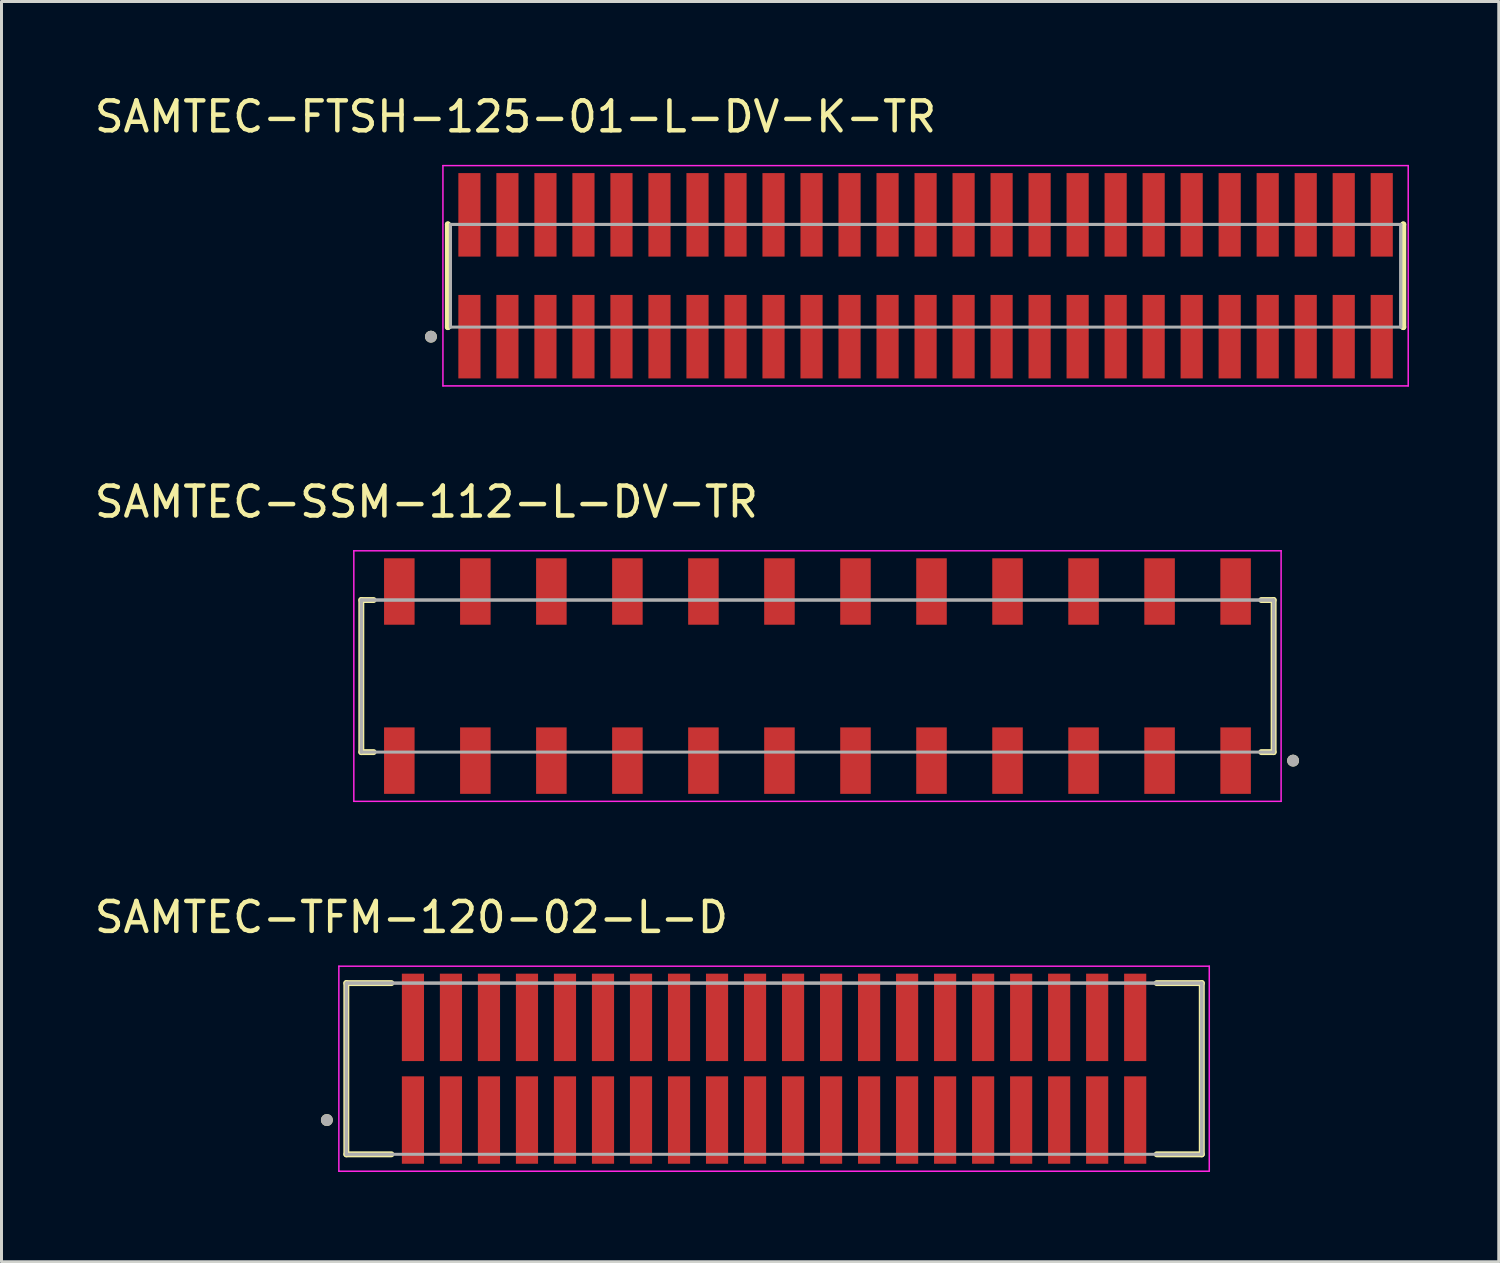
<source format=kicad_pcb>
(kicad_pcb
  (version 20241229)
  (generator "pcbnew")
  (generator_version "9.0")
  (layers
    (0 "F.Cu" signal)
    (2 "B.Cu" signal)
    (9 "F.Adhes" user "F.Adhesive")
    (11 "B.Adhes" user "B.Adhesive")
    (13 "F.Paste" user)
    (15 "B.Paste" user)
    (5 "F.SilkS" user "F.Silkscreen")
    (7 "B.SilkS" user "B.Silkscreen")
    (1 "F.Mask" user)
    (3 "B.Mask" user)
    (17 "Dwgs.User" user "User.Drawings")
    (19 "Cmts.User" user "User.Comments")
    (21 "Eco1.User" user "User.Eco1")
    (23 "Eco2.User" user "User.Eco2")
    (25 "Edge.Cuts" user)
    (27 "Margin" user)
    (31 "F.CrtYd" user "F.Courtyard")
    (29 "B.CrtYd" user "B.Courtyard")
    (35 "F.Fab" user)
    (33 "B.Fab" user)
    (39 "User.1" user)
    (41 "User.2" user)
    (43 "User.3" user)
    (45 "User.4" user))
  (footprint "SAMTEC-FTSH-125-01-L-DV-K-TR"
    (layer "F.Cu")
    (at 27.873 6.163)
    (property "Reference" "SAMTEC-FTSH-125-01-L-DV-K-TR" (at -13.7 -5.315 0) (layer "F.SilkS") (effects (font (size 1 1) (thickness 0.15))))
    (attr smd)
    (fp_line (start -15.96 -1.715) (end -15.96 -1.715) (stroke (width 0.2) (type solid)) (layer "F.SilkS"))
    (fp_line (start -15.96 1.715) (end -15.96 -1.715) (stroke (width 0.2) (type solid)) (layer "F.SilkS"))
    (fp_line (start -15.96 1.715) (end -15.96 1.715) (stroke (width 0.2) (type solid)) (layer "F.SilkS"))
    (fp_line (start 15.96 -1.715) (end 15.96 -1.715) (stroke (width 0.2) (type solid)) (layer "F.SilkS"))
    (fp_line (start 15.96 -1.715) (end 15.96 1.715) (stroke (width 0.2) (type solid)) (layer "F.SilkS"))
    (fp_line (start 15.96 1.715) (end 15.96 1.715) (stroke (width 0.2) (type solid)) (layer "F.SilkS"))
    (fp_circle (center -16.525 2.035) (end -16.425 2.035) (stroke (width 0.2) (type solid)) (fill no) (layer "F.SilkS"))
    (fp_line (start -16.125 -3.68) (end 16.125 -3.68) (stroke (width 0.05) (type solid)) (layer "F.CrtYd"))
    (fp_line (start -16.125 3.68) (end -16.125 -3.68) (stroke (width 0.05) (type solid)) (layer "F.CrtYd"))
    (fp_line (start 16.125 -3.68) (end 16.125 3.68) (stroke (width 0.05) (type solid)) (layer "F.CrtYd"))
    (fp_line (start 16.125 3.68) (end -16.125 3.68) (stroke (width 0.05) (type solid)) (layer "F.CrtYd"))
    (fp_line (start -15.875 -1.715) (end 15.875 -1.715) (stroke (width 0.1) (type solid)) (layer "F.Fab"))
    (fp_line (start -15.875 -1.715) (end 15.875 -1.715) (stroke (width 0.1) (type solid)) (layer "F.Fab"))
    (fp_line (start -15.875 1.715) (end -15.875 -1.715) (stroke (width 0.1) (type solid)) (layer "F.Fab"))
    (fp_line (start -15.875 1.715) (end -15.875 -1.715) (stroke (width 0.1) (type solid)) (layer "F.Fab"))
    (fp_line (start 15.875 -1.715) (end 15.875 1.715) (stroke (width 0.1) (type solid)) (layer "F.Fab"))
    (fp_line (start 15.875 -1.715) (end 15.875 1.715) (stroke (width 0.1) (type solid)) (layer "F.Fab"))
    (fp_line (start 15.875 1.715) (end -15.875 1.715) (stroke (width 0.1) (type solid)) (layer "F.Fab"))
    (fp_circle (center -16.525 2.035) (end -16.425 2.035) (stroke (width 0.2) (type solid)) (fill no) (layer "F.Fab"))
    (pad "1" smd rect (at -15.24 2.035) (size 0.74 2.79) (layers "F.Cu" "F.Paste"))
    (pad "2" smd rect (at -15.24 -2.035) (size 0.74 2.79) (layers "F.Cu" "F.Paste"))
    (pad "3" smd rect (at -13.97 2.035) (size 0.74 2.79) (layers "F.Cu" "F.Paste"))
    (pad "4" smd rect (at -13.97 -2.035) (size 0.74 2.79) (layers "F.Cu" "F.Paste"))
    (pad "5" smd rect (at -12.7 2.035) (size 0.74 2.79) (layers "F.Cu" "F.Paste"))
    (pad "6" smd rect (at -12.7 -2.035) (size 0.74 2.79) (layers "F.Cu" "F.Paste"))
    (pad "7" smd rect (at -11.43 2.035) (size 0.74 2.79) (layers "F.Cu" "F.Paste"))
    (pad "8" smd rect (at -11.43 -2.035) (size 0.74 2.79) (layers "F.Cu" "F.Paste"))
    (pad "9" smd rect (at -10.16 2.035) (size 0.74 2.79) (layers "F.Cu" "F.Paste"))
    (pad "10" smd rect (at -10.16 -2.035) (size 0.74 2.79) (layers "F.Cu" "F.Paste"))
    (pad "11" smd rect (at -8.89 2.035) (size 0.74 2.79) (layers "F.Cu" "F.Paste"))
    (pad "12" smd rect (at -8.89 -2.035) (size 0.74 2.79) (layers "F.Cu" "F.Paste"))
    (pad "13" smd rect (at -7.62 2.035) (size 0.74 2.79) (layers "F.Cu" "F.Paste"))
    (pad "14" smd rect (at -7.62 -2.035) (size 0.74 2.79) (layers "F.Cu" "F.Paste"))
    (pad "15" smd rect (at -6.35 2.035) (size 0.74 2.79) (layers "F.Cu" "F.Paste"))
    (pad "16" smd rect (at -6.35 -2.035) (size 0.74 2.79) (layers "F.Cu" "F.Paste"))
    (pad "17" smd rect (at -5.08 2.035) (size 0.74 2.79) (layers "F.Cu" "F.Paste"))
    (pad "18" smd rect (at -5.08 -2.035) (size 0.74 2.79) (layers "F.Cu" "F.Paste"))
    (pad "19" smd rect (at -3.81 2.035) (size 0.74 2.79) (layers "F.Cu" "F.Paste"))
    (pad "20" smd rect (at -3.81 -2.035) (size 0.74 2.79) (layers "F.Cu" "F.Paste"))
    (pad "21" smd rect (at -2.54 2.035) (size 0.74 2.79) (layers "F.Cu" "F.Paste"))
    (pad "22" smd rect (at -2.54 -2.035) (size 0.74 2.79) (layers "F.Cu" "F.Paste"))
    (pad "23" smd rect (at -1.27 2.035) (size 0.74 2.79) (layers "F.Cu" "F.Paste"))
    (pad "24" smd rect (at -1.27 -2.035) (size 0.74 2.79) (layers "F.Cu" "F.Paste"))
    (pad "25" smd rect (at 0 2.035) (size 0.74 2.79) (layers "F.Cu" "F.Paste"))
    (pad "26" smd rect (at 0 -2.035) (size 0.74 2.79) (layers "F.Cu" "F.Paste"))
    (pad "27" smd rect (at 1.27 2.035) (size 0.74 2.79) (layers "F.Cu" "F.Paste"))
    (pad "28" smd rect (at 1.27 -2.035) (size 0.74 2.79) (layers "F.Cu" "F.Paste"))
    (pad "29" smd rect (at 2.54 2.035) (size 0.74 2.79) (layers "F.Cu" "F.Paste"))
    (pad "30" smd rect (at 2.54 -2.035) (size 0.74 2.79) (layers "F.Cu" "F.Paste"))
    (pad "31" smd rect (at 3.81 2.035) (size 0.74 2.79) (layers "F.Cu" "F.Paste"))
    (pad "32" smd rect (at 3.81 -2.035) (size 0.74 2.79) (layers "F.Cu" "F.Paste"))
    (pad "33" smd rect (at 5.08 2.035) (size 0.74 2.79) (layers "F.Cu" "F.Paste"))
    (pad "34" smd rect (at 5.08 -2.035) (size 0.74 2.79) (layers "F.Cu" "F.Paste"))
    (pad "35" smd rect (at 6.35 2.035) (size 0.74 2.79) (layers "F.Cu" "F.Paste"))
    (pad "36" smd rect (at 6.35 -2.035) (size 0.74 2.79) (layers "F.Cu" "F.Paste"))
    (pad "37" smd rect (at 7.62 2.035) (size 0.74 2.79) (layers "F.Cu" "F.Paste"))
    (pad "38" smd rect (at 7.62 -2.035) (size 0.74 2.79) (layers "F.Cu" "F.Paste"))
    (pad "39" smd rect (at 8.89 2.035) (size 0.74 2.79) (layers "F.Cu" "F.Paste"))
    (pad "40" smd rect (at 8.89 -2.035) (size 0.74 2.79) (layers "F.Cu" "F.Paste"))
    (pad "41" smd rect (at 10.16 2.035) (size 0.74 2.79) (layers "F.Cu" "F.Paste"))
    (pad "42" smd rect (at 10.16 -2.035) (size 0.74 2.79) (layers "F.Cu" "F.Paste"))
    (pad "43" smd rect (at 11.43 2.035) (size 0.74 2.79) (layers "F.Cu" "F.Paste"))
    (pad "44" smd rect (at 11.43 -2.035) (size 0.74 2.79) (layers "F.Cu" "F.Paste"))
    (pad "45" smd rect (at 12.7 2.035) (size 0.74 2.79) (layers "F.Cu" "F.Paste"))
    (pad "46" smd rect (at 12.7 -2.035) (size 0.74 2.79) (layers "F.Cu" "F.Paste"))
    (pad "47" smd rect (at 13.97 2.035) (size 0.74 2.79) (layers "F.Cu" "F.Paste"))
    (pad "48" smd rect (at 13.97 -2.035) (size 0.74 2.79) (layers "F.Cu" "F.Paste"))
    (pad "49" smd rect (at 15.24 2.035) (size 0.74 2.79) (layers "F.Cu" "F.Paste"))
    (pad "50" smd rect (at 15.24 -2.035) (size 0.74 2.79) (layers "F.Cu" "F.Paste")))
  (footprint "SAMTEC-SSM-112-L-DV-TR"
    (layer "F.Cu")
    (at 24.261 19.537)
    (property "Reference" "SAMTEC-SSM-112-L-DV-TR" (at -13.065 -5.82 0) (layer "F.SilkS") (effects (font (size 1 1) (thickness 0.15))))
    (attr smd)
    (fp_line (start -15.24 -2.54) (end -14.83 -2.54) (stroke (width 0.2) (type solid)) (layer "F.SilkS"))
    (fp_line (start -15.24 2.54) (end -15.24 -2.54) (stroke (width 0.2) (type solid)) (layer "F.SilkS"))
    (fp_line (start -14.83 2.54) (end -15.24 2.54) (stroke (width 0.2) (type solid)) (layer "F.SilkS"))
    (fp_line (start 14.83 -2.54) (end 15.24 -2.54) (stroke (width 0.2) (type solid)) (layer "F.SilkS"))
    (fp_line (start 14.83 2.54) (end 15.24 2.54) (stroke (width 0.2) (type solid)) (layer "F.SilkS"))
    (fp_line (start 15.24 -2.54) (end 15.24 2.54) (stroke (width 0.2) (type solid)) (layer "F.SilkS"))
    (fp_circle (center 15.89 2.825) (end 15.99 2.825) (stroke (width 0.2) (type solid)) (fill no) (layer "F.SilkS"))
    (fp_line (start -15.49 -4.185) (end 15.49 -4.185) (stroke (width 0.05) (type solid)) (layer "F.CrtYd"))
    (fp_line (start -15.49 4.185) (end -15.49 -4.185) (stroke (width 0.05) (type solid)) (layer "F.CrtYd"))
    (fp_line (start 15.49 -4.185) (end 15.49 4.185) (stroke (width 0.05) (type solid)) (layer "F.CrtYd"))
    (fp_line (start 15.49 4.185) (end -15.49 4.185) (stroke (width 0.05) (type solid)) (layer "F.CrtYd"))
    (fp_line (start -15.24 -2.54) (end 15.24 -2.54) (stroke (width 0.1) (type solid)) (layer "F.Fab"))
    (fp_line (start -15.24 -2.54) (end 15.24 -2.54) (stroke (width 0.1) (type solid)) (layer "F.Fab"))
    (fp_line (start -15.24 2.54) (end -15.24 -2.54) (stroke (width 0.1) (type solid)) (layer "F.Fab"))
    (fp_line (start -15.24 2.54) (end -15.24 -2.54) (stroke (width 0.1) (type solid)) (layer "F.Fab"))
    (fp_line (start 15.24 -2.54) (end 15.24 2.54) (stroke (width 0.1) (type solid)) (layer "F.Fab"))
    (fp_line (start 15.24 -2.54) (end 15.24 2.54) (stroke (width 0.1) (type solid)) (layer "F.Fab"))
    (fp_line (start 15.24 2.54) (end -15.24 2.54) (stroke (width 0.1) (type solid)) (layer "F.Fab"))
    (fp_circle (center 15.89 2.825) (end 15.99 2.825) (stroke (width 0.2) (type solid)) (fill no) (layer "F.Fab"))
    (pad "1" smd rect (at 13.97 2.825) (size 1.02 2.22) (layers "F.Cu" "F.Mask" "F.Paste"))
    (pad "2" smd rect (at 13.97 -2.825) (size 1.02 2.22) (layers "F.Cu" "F.Mask" "F.Paste"))
    (pad "3" smd rect (at 11.43 2.825) (size 1.02 2.22) (layers "F.Cu" "F.Mask" "F.Paste"))
    (pad "4" smd rect (at 11.43 -2.825) (size 1.02 2.22) (layers "F.Cu" "F.Mask" "F.Paste"))
    (pad "5" smd rect (at 8.89 2.825) (size 1.02 2.22) (layers "F.Cu" "F.Mask" "F.Paste"))
    (pad "6" smd rect (at 8.89 -2.825) (size 1.02 2.22) (layers "F.Cu" "F.Mask" "F.Paste"))
    (pad "7" smd rect (at 6.35 2.825) (size 1.02 2.22) (layers "F.Cu" "F.Mask" "F.Paste"))
    (pad "8" smd rect (at 6.35 -2.825) (size 1.02 2.22) (layers "F.Cu" "F.Mask" "F.Paste"))
    (pad "9" smd rect (at 3.81 2.825) (size 1.02 2.22) (layers "F.Cu" "F.Mask" "F.Paste"))
    (pad "10" smd rect (at 3.81 -2.825) (size 1.02 2.22) (layers "F.Cu" "F.Mask" "F.Paste"))
    (pad "11" smd rect (at 1.27 2.825) (size 1.02 2.22) (layers "F.Cu" "F.Mask" "F.Paste"))
    (pad "12" smd rect (at 1.27 -2.825) (size 1.02 2.22) (layers "F.Cu" "F.Mask" "F.Paste"))
    (pad "13" smd rect (at -1.27 2.825) (size 1.02 2.22) (layers "F.Cu" "F.Mask" "F.Paste"))
    (pad "14" smd rect (at -1.27 -2.825) (size 1.02 2.22) (layers "F.Cu" "F.Mask" "F.Paste"))
    (pad "15" smd rect (at -3.81 2.825) (size 1.02 2.22) (layers "F.Cu" "F.Mask" "F.Paste"))
    (pad "16" smd rect (at -3.81 -2.825) (size 1.02 2.22) (layers "F.Cu" "F.Mask" "F.Paste"))
    (pad "17" smd rect (at -6.35 2.825) (size 1.02 2.22) (layers "F.Cu" "F.Mask" "F.Paste"))
    (pad "18" smd rect (at -6.35 -2.825) (size 1.02 2.22) (layers "F.Cu" "F.Mask" "F.Paste"))
    (pad "19" smd rect (at -8.89 2.825) (size 1.02 2.22) (layers "F.Cu" "F.Mask" "F.Paste"))
    (pad "20" smd rect (at -8.89 -2.825) (size 1.02 2.22) (layers "F.Cu" "F.Mask" "F.Paste"))
    (pad "21" smd rect (at -11.43 2.825) (size 1.02 2.22) (layers "F.Cu" "F.Mask" "F.Paste"))
    (pad "22" smd rect (at -11.43 -2.825) (size 1.02 2.22) (layers "F.Cu" "F.Mask" "F.Paste"))
    (pad "23" smd rect (at -13.97 2.825) (size 1.02 2.22) (layers "F.Cu" "F.Mask" "F.Paste"))
    (pad "24" smd rect (at -13.97 -2.825) (size 1.02 2.22) (layers "F.Cu" "F.Mask" "F.Paste")))
  (footprint "SAMTEC-TFM-120-02-L-D"
    (layer "F.Cu")
    (at 22.811 32.655)
    (property "Reference" "SAMTEC-TFM-120-02-L-D" (at -12.115 -5.06 0) (layer "F.SilkS") (effects (font (size 1 1) (thickness 0.15))))
    (attr smd)
    (fp_line (start -14.29 -2.86) (end -12.785 -2.86) (stroke (width 0.2) (type solid)) (layer "F.SilkS"))
    (fp_line (start -14.29 2.86) (end -14.29 -2.86) (stroke (width 0.2) (type solid)) (layer "F.SilkS"))
    (fp_line (start -12.785 2.86) (end -14.29 2.86) (stroke (width 0.2) (type solid)) (layer "F.SilkS"))
    (fp_line (start 12.785 -2.86) (end 14.29 -2.86) (stroke (width 0.2) (type solid)) (layer "F.SilkS"))
    (fp_line (start 12.785 2.86) (end 14.29 2.86) (stroke (width 0.2) (type solid)) (layer "F.SilkS"))
    (fp_line (start 14.29 -2.86) (end 14.29 2.86) (stroke (width 0.2) (type solid)) (layer "F.SilkS"))
    (fp_circle (center -14.94 1.715) (end -14.84 1.715) (stroke (width 0.2) (type solid)) (fill no) (layer "F.SilkS"))
    (fp_line (start -14.54 -3.425) (end 14.54 -3.425) (stroke (width 0.05) (type solid)) (layer "F.CrtYd"))
    (fp_line (start -14.54 3.425) (end -14.54 -3.425) (stroke (width 0.05) (type solid)) (layer "F.CrtYd"))
    (fp_line (start 14.54 -3.425) (end 14.54 3.425) (stroke (width 0.05) (type solid)) (layer "F.CrtYd"))
    (fp_line (start 14.54 3.425) (end -14.54 3.425) (stroke (width 0.05) (type solid)) (layer "F.CrtYd"))
    (fp_line (start -14.29 -2.86) (end 14.29 -2.86) (stroke (width 0.1) (type solid)) (layer "F.Fab"))
    (fp_line (start -14.29 -2.86) (end 14.29 -2.86) (stroke (width 0.1) (type solid)) (layer "F.Fab"))
    (fp_line (start -14.29 2.86) (end -14.29 -2.86) (stroke (width 0.1) (type solid)) (layer "F.Fab"))
    (fp_line (start -14.29 2.86) (end -14.29 -2.86) (stroke (width 0.1) (type solid)) (layer "F.Fab"))
    (fp_line (start 14.29 -2.86) (end 14.29 2.86) (stroke (width 0.1) (type solid)) (layer "F.Fab"))
    (fp_line (start 14.29 -2.86) (end 14.29 2.86) (stroke (width 0.1) (type solid)) (layer "F.Fab"))
    (fp_line (start 14.29 2.86) (end -14.29 2.86) (stroke (width 0.1) (type solid)) (layer "F.Fab"))
    (fp_circle (center -14.94 1.715) (end -14.84 1.715) (stroke (width 0.2) (type solid)) (fill no) (layer "F.Fab"))
    (pad "1" smd rect (at -12.065 1.715) (size 0.74 2.92) (layers "F.Cu" "F.Mask" "F.Paste"))
    (pad "2" smd rect (at -12.065 -1.715) (size 0.74 2.92) (layers "F.Cu" "F.Mask" "F.Paste"))
    (pad "3" smd rect (at -10.795 1.715) (size 0.74 2.92) (layers "F.Cu" "F.Mask" "F.Paste"))
    (pad "4" smd rect (at -10.795 -1.715) (size 0.74 2.92) (layers "F.Cu" "F.Mask" "F.Paste"))
    (pad "5" smd rect (at -9.525 1.715) (size 0.74 2.92) (layers "F.Cu" "F.Mask" "F.Paste"))
    (pad "6" smd rect (at -9.525 -1.715) (size 0.74 2.92) (layers "F.Cu" "F.Mask" "F.Paste"))
    (pad "7" smd rect (at -8.255 1.715) (size 0.74 2.92) (layers "F.Cu" "F.Mask" "F.Paste"))
    (pad "8" smd rect (at -8.255 -1.715) (size 0.74 2.92) (layers "F.Cu" "F.Mask" "F.Paste"))
    (pad "9" smd rect (at -6.985 1.715) (size 0.74 2.92) (layers "F.Cu" "F.Mask" "F.Paste"))
    (pad "10" smd rect (at -6.985 -1.715) (size 0.74 2.92) (layers "F.Cu" "F.Mask" "F.Paste"))
    (pad "11" smd rect (at -5.715 1.715) (size 0.74 2.92) (layers "F.Cu" "F.Mask" "F.Paste"))
    (pad "12" smd rect (at -5.715 -1.715) (size 0.74 2.92) (layers "F.Cu" "F.Mask" "F.Paste"))
    (pad "13" smd rect (at -4.445 1.715) (size 0.74 2.92) (layers "F.Cu" "F.Mask" "F.Paste"))
    (pad "14" smd rect (at -4.445 -1.715) (size 0.74 2.92) (layers "F.Cu" "F.Mask" "F.Paste"))
    (pad "15" smd rect (at -3.175 1.715) (size 0.74 2.92) (layers "F.Cu" "F.Mask" "F.Paste"))
    (pad "16" smd rect (at -3.175 -1.715) (size 0.74 2.92) (layers "F.Cu" "F.Mask" "F.Paste"))
    (pad "17" smd rect (at -1.905 1.715) (size 0.74 2.92) (layers "F.Cu" "F.Mask" "F.Paste"))
    (pad "18" smd rect (at -1.905 -1.715) (size 0.74 2.92) (layers "F.Cu" "F.Mask" "F.Paste"))
    (pad "19" smd rect (at -0.635 1.715) (size 0.74 2.92) (layers "F.Cu" "F.Mask" "F.Paste"))
    (pad "20" smd rect (at -0.635 -1.715) (size 0.74 2.92) (layers "F.Cu" "F.Mask" "F.Paste"))
    (pad "21" smd rect (at 0.635 1.715) (size 0.74 2.92) (layers "F.Cu" "F.Mask" "F.Paste"))
    (pad "22" smd rect (at 0.635 -1.715) (size 0.74 2.92) (layers "F.Cu" "F.Mask" "F.Paste"))
    (pad "23" smd rect (at 1.905 1.715) (size 0.74 2.92) (layers "F.Cu" "F.Mask" "F.Paste"))
    (pad "24" smd rect (at 1.905 -1.715) (size 0.74 2.92) (layers "F.Cu" "F.Mask" "F.Paste"))
    (pad "25" smd rect (at 3.175 1.715) (size 0.74 2.92) (layers "F.Cu" "F.Mask" "F.Paste"))
    (pad "26" smd rect (at 3.175 -1.715) (size 0.74 2.92) (layers "F.Cu" "F.Mask" "F.Paste"))
    (pad "27" smd rect (at 4.445 1.715) (size 0.74 2.92) (layers "F.Cu" "F.Mask" "F.Paste"))
    (pad "28" smd rect (at 4.445 -1.715) (size 0.74 2.92) (layers "F.Cu" "F.Mask" "F.Paste"))
    (pad "29" smd rect (at 5.715 1.715) (size 0.74 2.92) (layers "F.Cu" "F.Mask" "F.Paste"))
    (pad "30" smd rect (at 5.715 -1.715) (size 0.74 2.92) (layers "F.Cu" "F.Mask" "F.Paste"))
    (pad "31" smd rect (at 6.985 1.715) (size 0.74 2.92) (layers "F.Cu" "F.Mask" "F.Paste"))
    (pad "32" smd rect (at 6.985 -1.715) (size 0.74 2.92) (layers "F.Cu" "F.Mask" "F.Paste"))
    (pad "33" smd rect (at 8.255 1.715) (size 0.74 2.92) (layers "F.Cu" "F.Mask" "F.Paste"))
    (pad "34" smd rect (at 8.255 -1.715) (size 0.74 2.92) (layers "F.Cu" "F.Mask" "F.Paste"))
    (pad "35" smd rect (at 9.525 1.715) (size 0.74 2.92) (layers "F.Cu" "F.Mask" "F.Paste"))
    (pad "36" smd rect (at 9.525 -1.715) (size 0.74 2.92) (layers "F.Cu" "F.Mask" "F.Paste"))
    (pad "37" smd rect (at 10.795 1.715) (size 0.74 2.92) (layers "F.Cu" "F.Mask" "F.Paste"))
    (pad "38" smd rect (at 10.795 -1.715) (size 0.74 2.92) (layers "F.Cu" "F.Mask" "F.Paste"))
    (pad "39" smd rect (at 12.065 1.715) (size 0.74 2.92) (layers "F.Cu" "F.Mask" "F.Paste"))
    (pad "40" smd rect (at 12.065 -1.715) (size 0.74 2.92) (layers "F.Cu" "F.Mask" "F.Paste")))
  (gr_rect
    (start -3 -3)
    (end 47.023 39.105)
    (stroke (width 0.1) (type default))
    (fill no)
    (layer "Edge.Cuts")))
</source>
